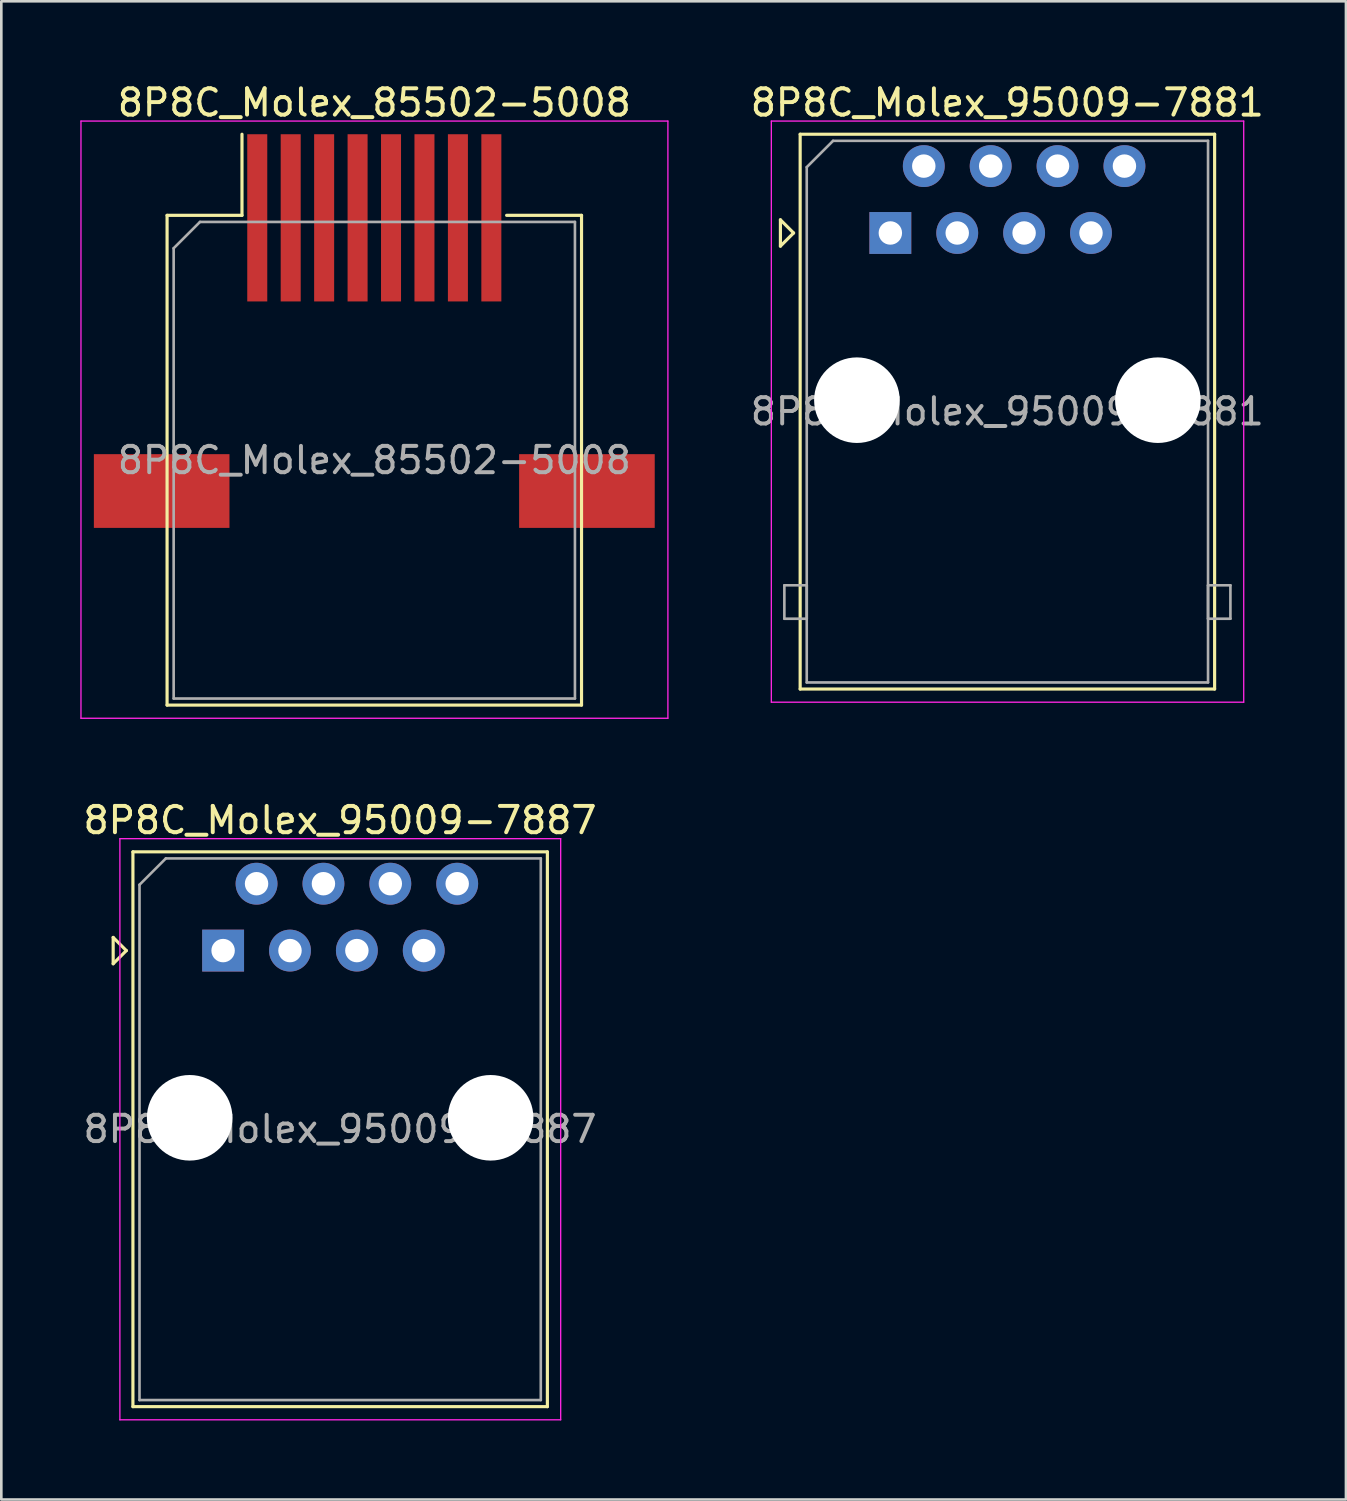
<source format=kicad_pcb>
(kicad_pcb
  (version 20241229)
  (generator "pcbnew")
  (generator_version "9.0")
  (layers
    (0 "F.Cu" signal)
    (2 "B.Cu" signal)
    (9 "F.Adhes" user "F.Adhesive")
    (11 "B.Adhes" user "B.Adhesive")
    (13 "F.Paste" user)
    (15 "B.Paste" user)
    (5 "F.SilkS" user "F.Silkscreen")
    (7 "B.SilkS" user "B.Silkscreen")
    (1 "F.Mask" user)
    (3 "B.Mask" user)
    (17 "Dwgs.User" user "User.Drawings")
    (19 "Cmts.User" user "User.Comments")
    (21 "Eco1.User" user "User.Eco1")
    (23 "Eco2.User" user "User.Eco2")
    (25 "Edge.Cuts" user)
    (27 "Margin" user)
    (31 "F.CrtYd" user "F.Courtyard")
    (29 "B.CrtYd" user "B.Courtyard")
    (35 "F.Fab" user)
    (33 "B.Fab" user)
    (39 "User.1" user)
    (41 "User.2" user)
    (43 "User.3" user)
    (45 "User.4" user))
  (footprint "8P8C_Molex_85502-5008"
    (layer "F.Cu")
    (at 11.165 15.478)
    (property "Reference" "8P8C_Molex_85502-5008" (at 0 -14.63 0) (layer "F.SilkS") (effects (font (size 1 1) (thickness 0.15))))
    (attr smd)
    (fp_line (start -7.87 -10.35) (end -7.87 8.25) (stroke (width 0.12) (type solid)) (layer "F.SilkS"))
    (fp_line (start -7.87 8.25) (end 7.87 8.25) (stroke (width 0.12) (type solid)) (layer "F.SilkS"))
    (fp_line (start -5.025 -13.43) (end -5.025 -10.35) (stroke (width 0.12) (type solid)) (layer "F.SilkS"))
    (fp_line (start -5.025 -10.35) (end -7.87 -10.35) (stroke (width 0.12) (type solid)) (layer "F.SilkS"))
    (fp_line (start 7.87 -10.35) (end 5.025 -10.35) (stroke (width 0.12) (type solid)) (layer "F.SilkS"))
    (fp_line (start 7.87 8.25) (end 7.87 -10.35) (stroke (width 0.12) (type solid)) (layer "F.SilkS"))
    (fp_line (start -11.14 -13.93) (end -11.14 8.75) (stroke (width 0.05) (type solid)) (layer "F.CrtYd"))
    (fp_line (start -11.14 8.75) (end 11.15 8.75) (stroke (width 0.05) (type solid)) (layer "F.CrtYd"))
    (fp_line (start 11.15 -13.93) (end -11.14 -13.93) (stroke (width 0.05) (type solid)) (layer "F.CrtYd"))
    (fp_line (start 11.15 8.75) (end 11.15 -13.93) (stroke (width 0.05) (type solid)) (layer "F.CrtYd"))
    (fp_line (start -7.62 -9.1) (end -7.62 8) (stroke (width 0.1) (type solid)) (layer "F.Fab"))
    (fp_line (start -7.62 8) (end 7.62 8) (stroke (width 0.1) (type solid)) (layer "F.Fab"))
    (fp_line (start -6.62 -10.1) (end -7.62 -9.1) (stroke (width 0.1) (type solid)) (layer "F.Fab"))
    (fp_line (start 7.62 -10.1) (end -6.62 -10.1) (stroke (width 0.1) (type solid)) (layer "F.Fab"))
    (fp_line (start 7.62 8) (end 7.62 -10.1) (stroke (width 0.1) (type solid)) (layer "F.Fab"))
    (fp_text user "${REFERENCE}" (at 0 -1.05 0) (layer "F.Fab") (effects (font (size 1 1) (thickness 0.15))))
    (pad "" smd rect (at -8.075 0.12) (size 5.15 2.8) (layers "F.Cu" "F.Mask" "F.Paste"))
    (pad "" smd rect (at 8.075 0.12) (size 5.15 2.8) (layers "F.Cu" "F.Mask" "F.Paste"))
    (pad "1" smd rect (at -4.445 -10.255) (size 0.76 6.35) (layers "F.Cu" "F.Mask" "F.Paste"))
    (pad "2" smd rect (at -3.175 -10.255) (size 0.76 6.35) (layers "F.Cu" "F.Mask" "F.Paste"))
    (pad "3" smd rect (at -1.905 -10.255) (size 0.76 6.35) (layers "F.Cu" "F.Mask" "F.Paste"))
    (pad "4" smd rect (at -0.635 -10.255) (size 0.76 6.35) (layers "F.Cu" "F.Mask" "F.Paste"))
    (pad "5" smd rect (at 0.635 -10.255) (size 0.76 6.35) (layers "F.Cu" "F.Mask" "F.Paste"))
    (pad "6" smd rect (at 1.905 -10.255) (size 0.76 6.35) (layers "F.Cu" "F.Mask" "F.Paste"))
    (pad "7" smd rect (at 3.175 -10.255) (size 0.76 6.35) (layers "F.Cu" "F.Mask" "F.Paste"))
    (pad "8" smd rect (at 4.445 -10.255) (size 0.76 6.35) (layers "F.Cu" "F.Mask" "F.Paste")))
  (footprint "8P8C_Molex_95009-7887"
    (layer "F.Cu")
    (at 5.423 33.051)
    (property "Reference" "8P8C_Molex_95009-7887" (at 4.44 -4.95 0) (layer "F.SilkS") (effects (font (size 1 1) (thickness 0.15))))
    (attr through_hole)
    (fp_line (start -4.175 -0.5) (end -4.175 0.5) (stroke (width 0.12) (type solid)) (layer "F.SilkS"))
    (fp_line (start -4.175 0.5) (end -3.675 0) (stroke (width 0.12) (type solid)) (layer "F.SilkS"))
    (fp_line (start -3.675 0) (end -4.175 -0.5) (stroke (width 0.12) (type solid)) (layer "F.SilkS"))
    (fp_line (start -3.425 -3.75) (end -3.425 17.32) (stroke (width 0.12) (type solid)) (layer "F.SilkS"))
    (fp_line (start -3.425 17.32) (end 12.315 17.32) (stroke (width 0.12) (type solid)) (layer "F.SilkS"))
    (fp_line (start 12.315 -3.75) (end -3.425 -3.75) (stroke (width 0.12) (type solid)) (layer "F.SilkS"))
    (fp_line (start 12.315 17.32) (end 12.315 -3.75) (stroke (width 0.12) (type solid)) (layer "F.SilkS"))
    (fp_line (start -3.92 -4.25) (end -3.92 17.82) (stroke (width 0.05) (type solid)) (layer "F.CrtYd"))
    (fp_line (start -3.92 17.82) (end 12.82 17.82) (stroke (width 0.05) (type solid)) (layer "F.CrtYd"))
    (fp_line (start 12.82 -4.25) (end -3.92 -4.25) (stroke (width 0.05) (type solid)) (layer "F.CrtYd"))
    (fp_line (start 12.82 17.82) (end 12.82 -4.25) (stroke (width 0.05) (type solid)) (layer "F.CrtYd"))
    (fp_line (start -3.175 -2.5) (end -3.175 17.07) (stroke (width 0.1) (type solid)) (layer "F.Fab"))
    (fp_line (start -3.175 17.07) (end 12.065 17.07) (stroke (width 0.1) (type solid)) (layer "F.Fab"))
    (fp_line (start -2.175 -3.5) (end -3.175 -2.5) (stroke (width 0.1) (type solid)) (layer "F.Fab"))
    (fp_line (start 12.065 -3.5) (end -2.175 -3.5) (stroke (width 0.1) (type solid)) (layer "F.Fab"))
    (fp_line (start 12.065 17.07) (end 12.065 -3.5) (stroke (width 0.1) (type solid)) (layer "F.Fab"))
    (fp_text user "${REFERENCE}" (at 4.44 6.78 0) (layer "F.Fab") (effects (font (size 1 1) (thickness 0.15))))
    (pad "" np_thru_hole circle (at -1.27 6.35) (size 3.25 3.25) (drill 3.25) (layers "*.Cu" "*.Mask"))
    (pad "" np_thru_hole circle (at 10.16 6.35) (size 3.25 3.25) (drill 3.25) (layers "*.Cu" "*.Mask"))
    (pad "1" thru_hole rect (at 0 0) (size 1.59 1.59) (drill 0.89) (layers "*.Cu" "*.Mask"))
    (pad "2" thru_hole circle (at 1.27 -2.54) (size 1.59 1.59) (drill 0.89) (layers "*.Cu" "*.Mask"))
    (pad "3" thru_hole circle (at 2.54 0) (size 1.59 1.59) (drill 0.89) (layers "*.Cu" "*.Mask"))
    (pad "4" thru_hole circle (at 3.81 -2.54) (size 1.59 1.59) (drill 0.89) (layers "*.Cu" "*.Mask"))
    (pad "5" thru_hole circle (at 5.08 0) (size 1.59 1.59) (drill 0.89) (layers "*.Cu" "*.Mask"))
    (pad "6" thru_hole circle (at 6.35 -2.54) (size 1.59 1.59) (drill 0.89) (layers "*.Cu" "*.Mask"))
    (pad "7" thru_hole circle (at 7.62 0) (size 1.59 1.59) (drill 0.89) (layers "*.Cu" "*.Mask"))
    (pad "8" thru_hole circle (at 8.89 -2.54) (size 1.59 1.59) (drill 0.89) (layers "*.Cu" "*.Mask")))
  (footprint "8P8C_Molex_95009-7881"
    (layer "F.Cu")
    (at 30.763 5.798)
    (property "Reference" "8P8C_Molex_95009-7881" (at 4.44 -4.95 0) (layer "F.SilkS") (effects (font (size 1 1) (thickness 0.15))))
    (attr through_hole)
    (fp_line (start -4.175 -0.5) (end -4.175 0.5) (stroke (width 0.12) (type solid)) (layer "F.SilkS"))
    (fp_line (start -4.175 0.5) (end -3.675 0) (stroke (width 0.12) (type solid)) (layer "F.SilkS"))
    (fp_line (start -3.675 0) (end -4.175 -0.5) (stroke (width 0.12) (type solid)) (layer "F.SilkS"))
    (fp_line (start -3.425 -3.75) (end -3.425 17.32) (stroke (width 0.12) (type solid)) (layer "F.SilkS"))
    (fp_line (start -3.425 17.32) (end 12.315 17.32) (stroke (width 0.12) (type solid)) (layer "F.SilkS"))
    (fp_line (start 12.315 -3.75) (end -3.425 -3.75) (stroke (width 0.12) (type solid)) (layer "F.SilkS"))
    (fp_line (start 12.315 17.32) (end 12.315 -3.75) (stroke (width 0.12) (type solid)) (layer "F.SilkS"))
    (fp_line (start -4.52 -4.25) (end -4.52 17.82) (stroke (width 0.05) (type solid)) (layer "F.CrtYd"))
    (fp_line (start -4.52 17.82) (end 13.42 17.82) (stroke (width 0.05) (type solid)) (layer "F.CrtYd"))
    (fp_line (start 13.42 -4.25) (end -4.52 -4.25) (stroke (width 0.05) (type solid)) (layer "F.CrtYd"))
    (fp_line (start 13.42 17.82) (end 13.42 -4.25) (stroke (width 0.05) (type solid)) (layer "F.CrtYd"))
    (fp_line (start -4.025 13.38) (end -4.025 14.65) (stroke (width 0.1) (type solid)) (layer "F.Fab"))
    (fp_line (start -4.025 14.65) (end -3.175 14.65) (stroke (width 0.1) (type solid)) (layer "F.Fab"))
    (fp_line (start -3.175 -2.5) (end -3.175 17.07) (stroke (width 0.1) (type solid)) (layer "F.Fab"))
    (fp_line (start -3.175 13.38) (end -4.025 13.38) (stroke (width 0.1) (type solid)) (layer "F.Fab"))
    (fp_line (start -3.175 14.65) (end -3.175 13.38) (stroke (width 0.1) (type solid)) (layer "F.Fab"))
    (fp_line (start -3.175 17.07) (end 12.065 17.07) (stroke (width 0.1) (type solid)) (layer "F.Fab"))
    (fp_line (start -2.175 -3.5) (end -3.175 -2.5) (stroke (width 0.1) (type solid)) (layer "F.Fab"))
    (fp_line (start 12.065 -3.5) (end -2.175 -3.5) (stroke (width 0.1) (type solid)) (layer "F.Fab"))
    (fp_line (start 12.065 13.38) (end 12.915 13.38) (stroke (width 0.1) (type solid)) (layer "F.Fab"))
    (fp_line (start 12.065 14.65) (end 12.065 13.38) (stroke (width 0.1) (type solid)) (layer "F.Fab"))
    (fp_line (start 12.065 17.07) (end 12.065 -3.5) (stroke (width 0.1) (type solid)) (layer "F.Fab"))
    (fp_line (start 12.915 13.38) (end 12.915 14.65) (stroke (width 0.1) (type solid)) (layer "F.Fab"))
    (fp_line (start 12.915 14.65) (end 12.065 14.65) (stroke (width 0.1) (type solid)) (layer "F.Fab"))
    (fp_text user "${REFERENCE}" (at 4.44 6.78 0) (layer "F.Fab") (effects (font (size 1 1) (thickness 0.15))))
    (pad "" np_thru_hole circle (at -1.27 6.35) (size 3.25 3.25) (drill 3.25) (layers "*.Cu" "*.Mask"))
    (pad "" np_thru_hole circle (at 10.16 6.35) (size 3.25 3.25) (drill 3.25) (layers "*.Cu" "*.Mask"))
    (pad "1" thru_hole rect (at 0 0) (size 1.59 1.59) (drill 0.89) (layers "*.Cu" "*.Mask"))
    (pad "2" thru_hole circle (at 1.27 -2.54) (size 1.59 1.59) (drill 0.89) (layers "*.Cu" "*.Mask"))
    (pad "3" thru_hole circle (at 2.54 0) (size 1.59 1.59) (drill 0.89) (layers "*.Cu" "*.Mask"))
    (pad "4" thru_hole circle (at 3.81 -2.54) (size 1.59 1.59) (drill 0.89) (layers "*.Cu" "*.Mask"))
    (pad "5" thru_hole circle (at 5.08 0) (size 1.59 1.59) (drill 0.89) (layers "*.Cu" "*.Mask"))
    (pad "6" thru_hole circle (at 6.35 -2.54) (size 1.59 1.59) (drill 0.89) (layers "*.Cu" "*.Mask"))
    (pad "7" thru_hole circle (at 7.62 0) (size 1.59 1.59) (drill 0.89) (layers "*.Cu" "*.Mask"))
    (pad "8" thru_hole circle (at 8.89 -2.54) (size 1.59 1.59) (drill 0.89) (layers "*.Cu" "*.Mask")))
  (gr_rect
    (start -3 -3)
    (end 48.066 53.897)
    (stroke (width 0.1) (type default))
    (fill no)
    (layer "Edge.Cuts")))
</source>
